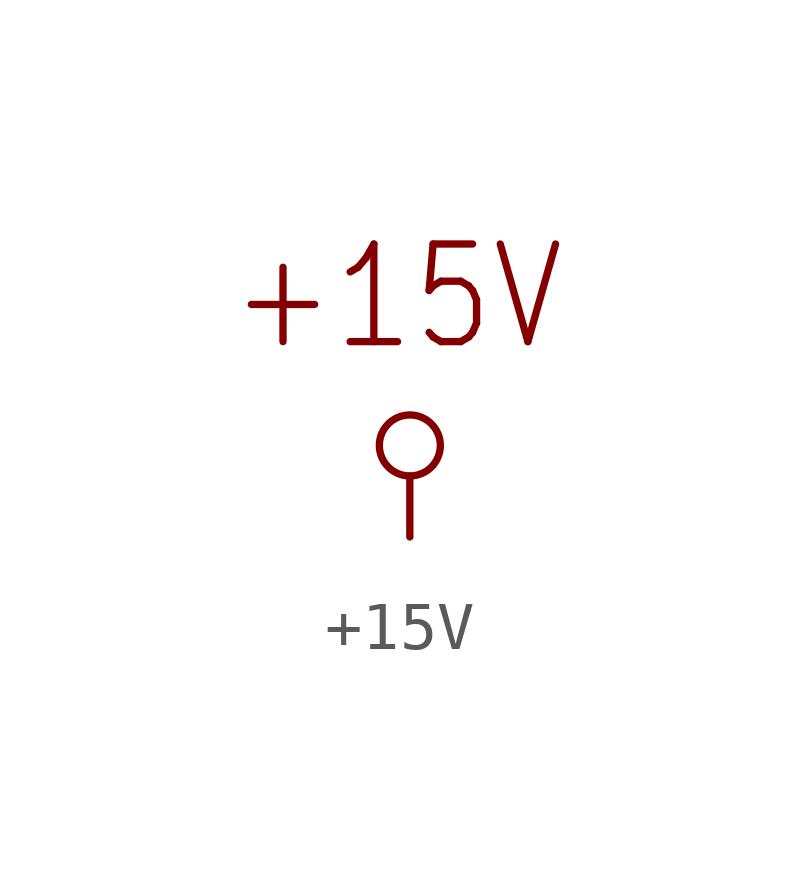
<source format=kicad_sym>
(kicad_symbol_lib
  (version 20241209)
  (generator "kicad_symbol_editor")
  (generator_version "9.0")
  (symbol "+15V"
    (power)
    (property "Reference" ""
      (at 0 0 0)
      (effects (font (size 1.27 1.27)) (hide yes)))
    (property "ki_locked" ""
      (at 0 0 0)
      (effects (font (size 1.27 1.27))))
    (symbol "+15V_1_0"
      (text "+15V" (at -3.81 1.27 0) (effects (font (size 2.032 1.727)) (justify left bottom)))
      (pin power_in inverted (at 0 -2.54 90) (length 2.54) (name "+15V" (effects (font (size 0 0)))) (number "1" (effects (font (size 0 0))))))))
</source>
